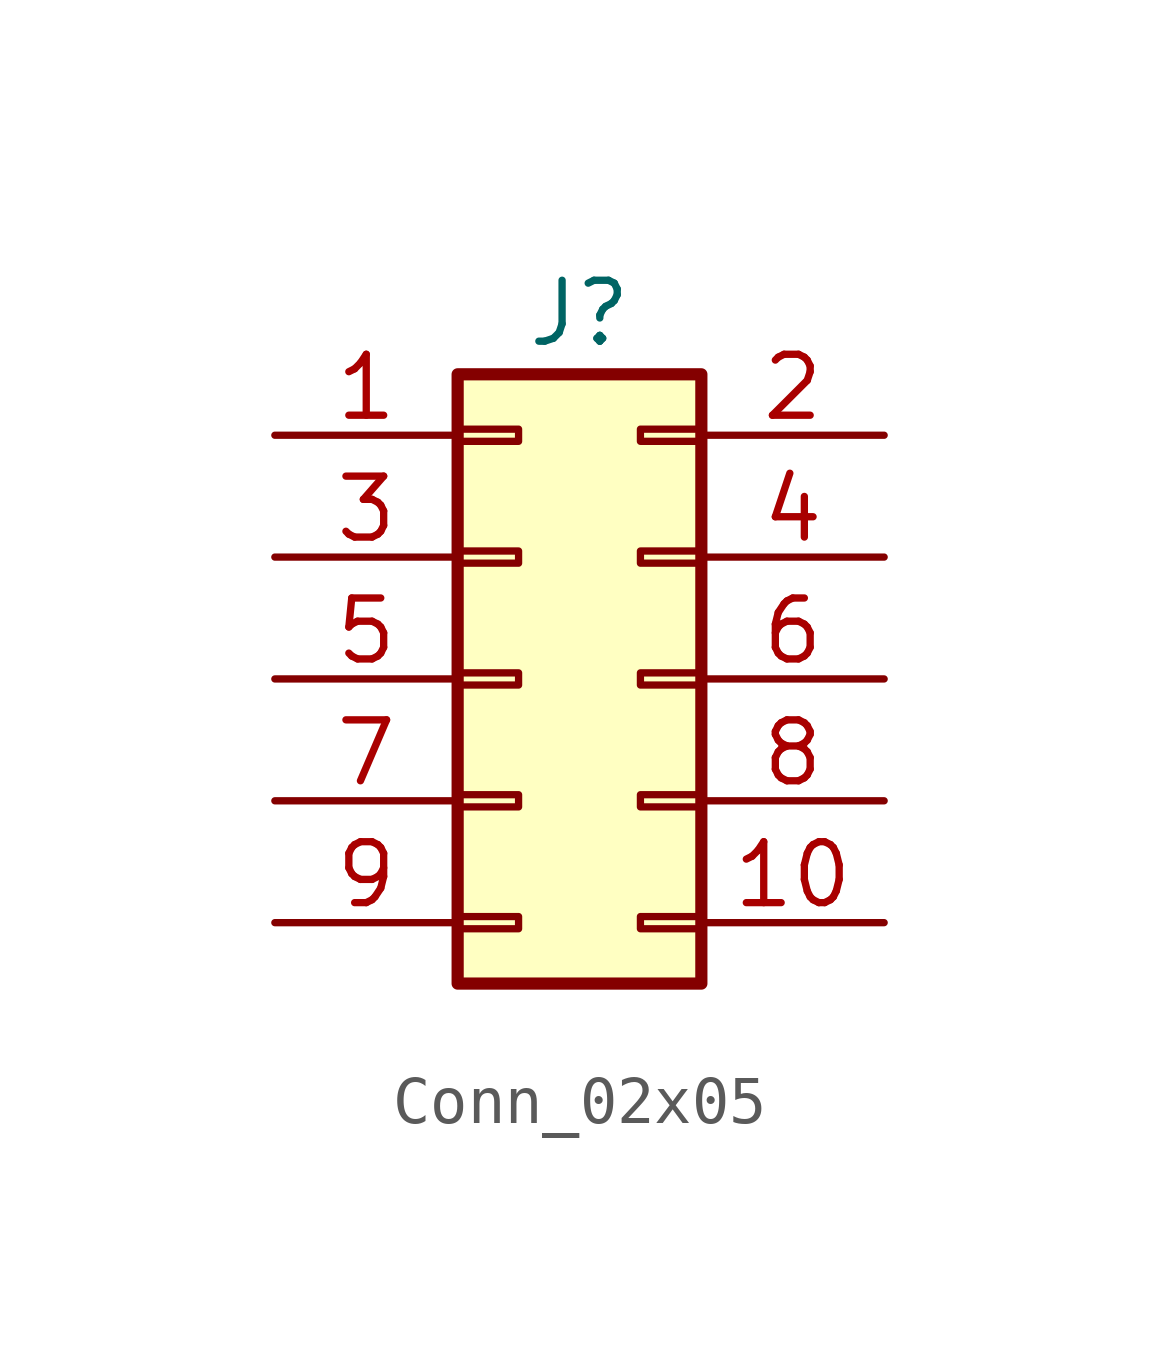
<source format=kicad_sym>
(kicad_symbol_lib
  (version 20241209)
  (generator "kicad_symbol_editor")
  (generator_version "9.0")
  (symbol "Conn_02x05"
    (pin_names
      (offset 1.016)
      (hide yes))
    (property "Reference" "J"
      (at 1.27 2.54 0)
      (effects (font (size 1.27 1.27))))
    (symbol "Conn_02x05_1_1"
      (rectangle (start -1.27 1.27) (end 3.81 -11.43) (stroke (width 0.254) (type default)) (fill (type background)))
      (rectangle (start -1.27 0.127) (end 0 -0.127) (stroke (width 0.152) (type default)) (fill (type none)))
      (rectangle (start -1.27 -2.413) (end 0 -2.667) (stroke (width 0.152) (type default)) (fill (type none)))
      (rectangle (start -1.27 -4.953) (end 0 -5.207) (stroke (width 0.152) (type default)) (fill (type none)))
      (rectangle (start -1.27 -7.493) (end 0 -7.747) (stroke (width 0.152) (type default)) (fill (type none)))
      (rectangle (start -1.27 -10.033) (end 0 -10.287) (stroke (width 0.152) (type default)) (fill (type none)))
      (rectangle (start 3.81 0.127) (end 2.54 -0.127) (stroke (width 0.152) (type default)) (fill (type none)))
      (rectangle (start 3.81 -2.413) (end 2.54 -2.667) (stroke (width 0.152) (type default)) (fill (type none)))
      (rectangle (start 3.81 -4.953) (end 2.54 -5.207) (stroke (width 0.152) (type default)) (fill (type none)))
      (rectangle (start 3.81 -7.493) (end 2.54 -7.747) (stroke (width 0.152) (type default)) (fill (type none)))
      (rectangle (start 3.81 -10.033) (end 2.54 -10.287) (stroke (width 0.152) (type default)) (fill (type none)))
      (pin passive line (at -5.08 0 0) (length 3.81) (name "Pin_1" (effects (font (size 1.27 1.27)))) (number "1" (effects (font (size 1.27 1.27)))))
      (pin passive line (at -5.08 -2.54 0) (length 3.81) (name "Pin_3" (effects (font (size 1.27 1.27)))) (number "3" (effects (font (size 1.27 1.27)))))
      (pin passive line (at -5.08 -5.08 0) (length 3.81) (name "Pin_5" (effects (font (size 1.27 1.27)))) (number "5" (effects (font (size 1.27 1.27)))))
      (pin passive line (at -5.08 -7.62 0) (length 3.81) (name "Pin_7" (effects (font (size 1.27 1.27)))) (number "7" (effects (font (size 1.27 1.27)))))
      (pin passive line (at -5.08 -10.16 0) (length 3.81) (name "Pin_9" (effects (font (size 1.27 1.27)))) (number "9" (effects (font (size 1.27 1.27)))))
      (pin passive line (at 7.62 0 180) (length 3.81) (name "Pin_2" (effects (font (size 1.27 1.27)))) (number "2" (effects (font (size 1.27 1.27)))))
      (pin passive line (at 7.62 -2.54 180) (length 3.81) (name "Pin_4" (effects (font (size 1.27 1.27)))) (number "4" (effects (font (size 1.27 1.27)))))
      (pin passive line (at 7.62 -5.08 180) (length 3.81) (name "Pin_6" (effects (font (size 1.27 1.27)))) (number "6" (effects (font (size 1.27 1.27)))))
      (pin passive line (at 7.62 -7.62 180) (length 3.81) (name "Pin_8" (effects (font (size 1.27 1.27)))) (number "8" (effects (font (size 1.27 1.27)))))
      (pin passive line (at 7.62 -10.16 180) (length 3.81) (name "Pin_10" (effects (font (size 1.27 1.27)))) (number "10" (effects (font (size 1.27 1.27))))))))
</source>
